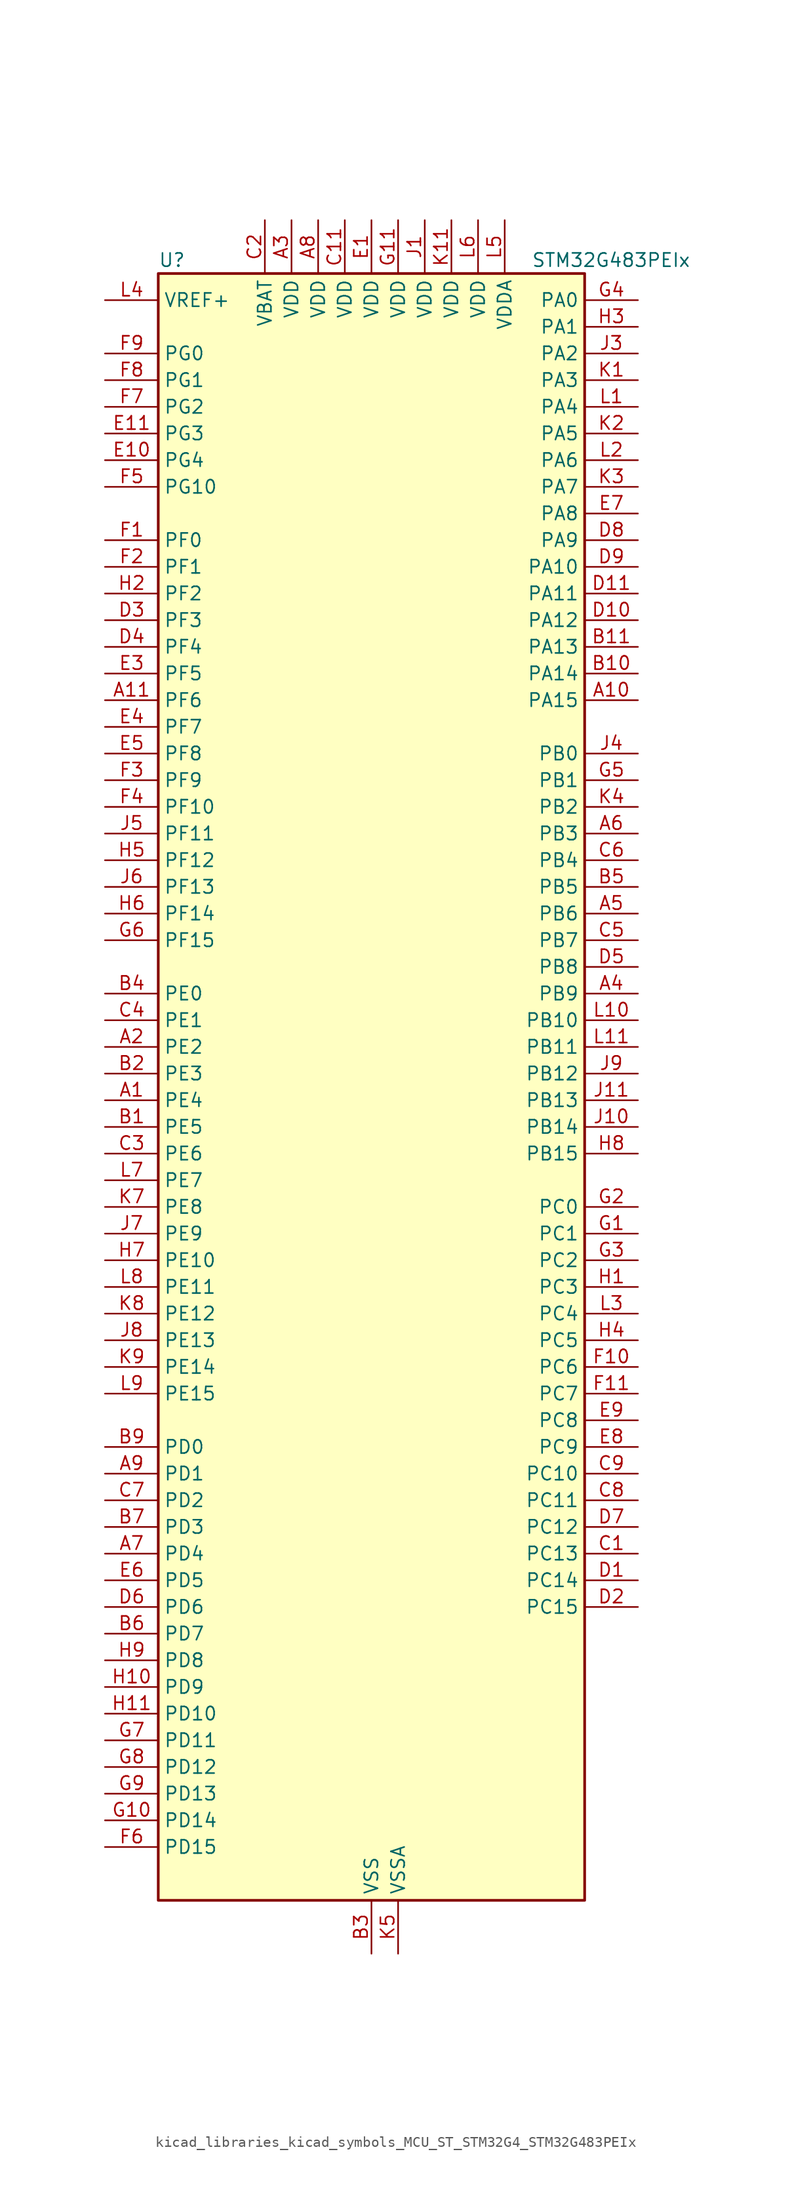
<source format=kicad_sym>
(kicad_symbol_lib
  (version 20220914)
  (generator kicad_symbol_editor)
  (symbol "kicad_libraries_kicad_symbols_MCU_ST_STM32G4_STM32G483PEIx"
    (property "Reference" "U"
      (at -20.32 80.01 0)
      (effects (font (size 1.27 1.27)) (justify left)))
    (property "Value" "STM32G483PEIx"
      (at 15.24 80.01 0)
      (effects (font (size 1.27 1.27)) (justify left)))
    (property "ki_locked" ""
      (at 0 0 0)
      (effects (font (size 1.27 1.27))))
    (symbol "kicad_libraries_kicad_symbols_MCU_ST_STM32G4_STM32G483PEIx_0_1"
      (rectangle (start -20.32 -76.2) (end 20.32 78.74) (stroke (width 0.254) (type default)) (fill (type background))))
    (symbol "kicad_libraries_kicad_symbols_MCU_ST_STM32G4_STM32G483PEIx_1_1"
      (pin bidirectional line (at -25.4 0 0) (length 5.08) (name "PE4" (effects (font (size 1.27 1.27)))) (number "A1" (effects (font (size 1.27 1.27)))) (alternate "FMC_A20" bidirectional line) (alternate "SAI1_D2" bidirectional line) (alternate "SAI1_FS_A" bidirectional line) (alternate "SPI4_NSS" bidirectional line) (alternate "SYS_TRACED1" bidirectional line) (alternate "TIM20_CH1N" bidirectional line) (alternate "TIM3_CH3" bidirectional line))
      (pin bidirectional line (at 25.4 38.1 180) (length 5.08) (name "PA15" (effects (font (size 1.27 1.27)))) (number "A10" (effects (font (size 1.27 1.27)))) (alternate "ADC1_EXTI15" bidirectional line) (alternate "ADC2_EXTI15" bidirectional line) (alternate "FDCAN3_TX" bidirectional line) (alternate "I2C1_SCL" bidirectional line) (alternate "I2S3_WS" bidirectional line) (alternate "SPI1_NSS" bidirectional line) (alternate "SPI3_NSS" bidirectional line) (alternate "SYS_JTDI" bidirectional line) (alternate "TIM1_BKIN" bidirectional line) (alternate "TIM2_CH1" bidirectional line) (alternate "TIM2_ETR" bidirectional line) (alternate "TIM8_CH1" bidirectional line) (alternate "UART4_DE" bidirectional line) (alternate "UART4_RTS" bidirectional line) (alternate "USART2_RX" bidirectional line))
      (pin bidirectional line (at -25.4 38.1 0) (length 5.08) (name "PF6" (effects (font (size 1.27 1.27)))) (number "A11" (effects (font (size 1.27 1.27)))) (alternate "I2C2_SCL" bidirectional line) (alternate "QUADSPI1_BK1_IO3" bidirectional line) (alternate "SAI1_SD_B" bidirectional line) (alternate "TIM4_CH4" bidirectional line) (alternate "TIM5_CH1" bidirectional line) (alternate "TIM5_ETR" bidirectional line) (alternate "USART3_RTS" bidirectional line))
      (pin bidirectional line (at -25.4 5.08 0) (length 5.08) (name "PE2" (effects (font (size 1.27 1.27)))) (number "A2" (effects (font (size 1.27 1.27)))) (alternate "ADC3_EXTI2" bidirectional line) (alternate "ADC4_EXTI2" bidirectional line) (alternate "ADC5_EXTI2" bidirectional line) (alternate "FMC_A23" bidirectional line) (alternate "SAI1_CK1" bidirectional line) (alternate "SAI1_MCLK_A" bidirectional line) (alternate "SPI4_SCK" bidirectional line) (alternate "SYS_TRACECLK" bidirectional line) (alternate "TIM20_CH1" bidirectional line) (alternate "TIM3_CH1" bidirectional line))
      (pin power_in line (at -7.62 83.82 270) (length 5.08) (name "VDD" (effects (font (size 1.27 1.27)))) (number "A3" (effects (font (size 1.27 1.27)))))
      (pin bidirectional line (at 25.4 10.16 180) (length 5.08) (name "PB9" (effects (font (size 1.27 1.27)))) (number "A4" (effects (font (size 1.27 1.27)))) (alternate "COMP2_OUT" bidirectional line) (alternate "DAC1_EXTI9" bidirectional line) (alternate "DAC2_EXTI9" bidirectional line) (alternate "DAC3_EXTI9" bidirectional line) (alternate "DAC4_EXTI9" bidirectional line) (alternate "FDCAN1_TX" bidirectional line) (alternate "I2C1_SDA" bidirectional line) (alternate "IR_OUT" bidirectional line) (alternate "SAI1_D2" bidirectional line) (alternate "SAI1_FS_A" bidirectional line) (alternate "TIM17_CH1" bidirectional line) (alternate "TIM1_CH3N" bidirectional line) (alternate "TIM4_CH4" bidirectional line) (alternate "TIM8_CH3" bidirectional line) (alternate "USART3_TX" bidirectional line))
      (pin bidirectional line (at 25.4 17.78 180) (length 5.08) (name "PB6" (effects (font (size 1.27 1.27)))) (number "A5" (effects (font (size 1.27 1.27)))) (alternate "COMP4_OUT" bidirectional line) (alternate "FDCAN2_TX" bidirectional line) (alternate "LPTIM1_ETR" bidirectional line) (alternate "SAI1_FS_B" bidirectional line) (alternate "TIM16_CH1N" bidirectional line) (alternate "TIM4_CH1" bidirectional line) (alternate "TIM8_BKIN2" bidirectional line) (alternate "TIM8_CH1" bidirectional line) (alternate "TIM8_ETR" bidirectional line) (alternate "UCPD1_CC1" bidirectional line) (alternate "USART1_TX" bidirectional line))
      (pin bidirectional line (at 25.4 25.4 180) (length 5.08) (name "PB3" (effects (font (size 1.27 1.27)))) (number "A6" (effects (font (size 1.27 1.27)))) (alternate "ADC3_EXTI3" bidirectional line) (alternate "ADC4_EXTI3" bidirectional line) (alternate "ADC5_EXTI3" bidirectional line) (alternate "CRS_SYNC" bidirectional line) (alternate "FDCAN3_RX" bidirectional line) (alternate "I2S3_CK" bidirectional line) (alternate "SAI1_SCK_B" bidirectional line) (alternate "SPI1_SCK" bidirectional line) (alternate "SPI3_SCK" bidirectional line) (alternate "SYS_JTDO-SWO" bidirectional line) (alternate "TIM2_CH2" bidirectional line) (alternate "TIM3_ETR" bidirectional line) (alternate "TIM4_ETR" bidirectional line) (alternate "TIM8_CH1N" bidirectional line) (alternate "USART2_TX" bidirectional line))
      (pin bidirectional line (at -25.4 -43.18 0) (length 5.08) (name "PD4" (effects (font (size 1.27 1.27)))) (number "A7" (effects (font (size 1.27 1.27)))) (alternate "FMC_NOE" bidirectional line) (alternate "QUADSPI1_BK2_IO0" bidirectional line) (alternate "TIM2_CH2" bidirectional line) (alternate "USART2_DE" bidirectional line) (alternate "USART2_RTS" bidirectional line))
      (pin power_in line (at -5.08 83.82 270) (length 5.08) (name "VDD" (effects (font (size 1.27 1.27)))) (number "A8" (effects (font (size 1.27 1.27)))))
      (pin bidirectional line (at -25.4 -35.56 0) (length 5.08) (name "PD1" (effects (font (size 1.27 1.27)))) (number "A9" (effects (font (size 1.27 1.27)))) (alternate "FDCAN1_TX" bidirectional line) (alternate "FMC_D3" bidirectional line) (alternate "FMC_DA3" bidirectional line) (alternate "TIM8_BKIN2" bidirectional line) (alternate "TIM8_CH4" bidirectional line))
      (pin bidirectional line (at -25.4 -2.54 0) (length 5.08) (name "PE5" (effects (font (size 1.27 1.27)))) (number "B1" (effects (font (size 1.27 1.27)))) (alternate "FMC_A21" bidirectional line) (alternate "SAI1_CK2" bidirectional line) (alternate "SAI1_SCK_A" bidirectional line) (alternate "SPI4_MISO" bidirectional line) (alternate "SYS_TRACED2" bidirectional line) (alternate "TIM20_CH2N" bidirectional line) (alternate "TIM3_CH4" bidirectional line))
      (pin bidirectional line (at 25.4 40.64 180) (length 5.08) (name "PA14" (effects (font (size 1.27 1.27)))) (number "B10" (effects (font (size 1.27 1.27)))) (alternate "I2C1_SDA" bidirectional line) (alternate "I2C4_SMBA" bidirectional line) (alternate "LPTIM1_OUT" bidirectional line) (alternate "SAI1_FS_B" bidirectional line) (alternate "SYS_JTCK-SWCLK" bidirectional line) (alternate "TIM1_BKIN" bidirectional line) (alternate "TIM8_CH2" bidirectional line) (alternate "USART2_TX" bidirectional line))
      (pin bidirectional line (at 25.4 43.18 180) (length 5.08) (name "PA13" (effects (font (size 1.27 1.27)))) (number "B11" (effects (font (size 1.27 1.27)))) (alternate "I2C1_SCL" bidirectional line) (alternate "I2C4_SCL" bidirectional line) (alternate "IR_OUT" bidirectional line) (alternate "SAI1_SD_B" bidirectional line) (alternate "SYS_JTMS-SWDIO" bidirectional line) (alternate "TIM16_CH1N" bidirectional line) (alternate "TIM4_CH3" bidirectional line) (alternate "USART3_CTS" bidirectional line) (alternate "USART3_NSS" bidirectional line))
      (pin bidirectional line (at -25.4 2.54 0) (length 5.08) (name "PE3" (effects (font (size 1.27 1.27)))) (number "B2" (effects (font (size 1.27 1.27)))) (alternate "ADC3_EXTI3" bidirectional line) (alternate "ADC4_EXTI3" bidirectional line) (alternate "ADC5_EXTI3" bidirectional line) (alternate "FMC_A19" bidirectional line) (alternate "SAI1_SD_B" bidirectional line) (alternate "SPI4_NSS" bidirectional line) (alternate "SYS_TRACED0" bidirectional line) (alternate "TIM20_CH2" bidirectional line) (alternate "TIM3_CH2" bidirectional line))
      (pin power_in line (at 0 -81.28 90) (length 5.08) (name "VSS" (effects (font (size 1.27 1.27)))) (number "B3" (effects (font (size 1.27 1.27)))))
      (pin bidirectional line (at -25.4 10.16 0) (length 5.08) (name "PE0" (effects (font (size 1.27 1.27)))) (number "B4" (effects (font (size 1.27 1.27)))) (alternate "FMC_NBL0" bidirectional line) (alternate "TIM16_CH1" bidirectional line) (alternate "TIM20_CH4N" bidirectional line) (alternate "TIM20_ETR" bidirectional line) (alternate "TIM4_ETR" bidirectional line) (alternate "USART1_TX" bidirectional line))
      (pin bidirectional line (at 25.4 20.32 180) (length 5.08) (name "PB5" (effects (font (size 1.27 1.27)))) (number "B5" (effects (font (size 1.27 1.27)))) (alternate "FDCAN2_RX" bidirectional line) (alternate "I2C1_SMBA" bidirectional line) (alternate "I2C3_SDA" bidirectional line) (alternate "I2S3_SD" bidirectional line) (alternate "LPTIM1_IN1" bidirectional line) (alternate "SAI1_SD_B" bidirectional line) (alternate "SPI1_MOSI" bidirectional line) (alternate "SPI3_MOSI" bidirectional line) (alternate "TIM16_BKIN" bidirectional line) (alternate "TIM17_CH1" bidirectional line) (alternate "TIM3_CH2" bidirectional line) (alternate "TIM8_CH3N" bidirectional line) (alternate "UART5_CTS" bidirectional line) (alternate "USART2_CK" bidirectional line))
      (pin bidirectional line (at -25.4 -50.8 0) (length 5.08) (name "PD7" (effects (font (size 1.27 1.27)))) (number "B6" (effects (font (size 1.27 1.27)))) (alternate "FMC_NCE" bidirectional line) (alternate "FMC_NE1" bidirectional line) (alternate "QUADSPI1_BK2_IO3" bidirectional line) (alternate "TIM2_CH3" bidirectional line) (alternate "USART2_CK" bidirectional line))
      (pin bidirectional line (at -25.4 -40.64 0) (length 5.08) (name "PD3" (effects (font (size 1.27 1.27)))) (number "B7" (effects (font (size 1.27 1.27)))) (alternate "ADC3_EXTI3" bidirectional line) (alternate "ADC4_EXTI3" bidirectional line) (alternate "ADC5_EXTI3" bidirectional line) (alternate "FMC_CLK" bidirectional line) (alternate "QUADSPI1_BK2_NCS" bidirectional line) (alternate "TIM2_CH1" bidirectional line) (alternate "TIM2_ETR" bidirectional line) (alternate "USART2_CTS" bidirectional line) (alternate "USART2_NSS" bidirectional line))
      (pin passive line (at 0 -81.28 90) (length 5.08) hide (name "VSS" (effects (font (size 1.27 1.27)))) (number "B8" (effects (font (size 1.27 1.27)))))
      (pin bidirectional line (at -25.4 -33.02 0) (length 5.08) (name "PD0" (effects (font (size 1.27 1.27)))) (number "B9" (effects (font (size 1.27 1.27)))) (alternate "FDCAN1_RX" bidirectional line) (alternate "FMC_D2" bidirectional line) (alternate "FMC_DA2" bidirectional line) (alternate "TIM8_CH4N" bidirectional line))
      (pin bidirectional line (at 25.4 -43.18 180) (length 5.08) (name "PC13" (effects (font (size 1.27 1.27)))) (number "C1" (effects (font (size 1.27 1.27)))) (alternate "RTC_OUT1" bidirectional line) (alternate "RTC_TAMP1" bidirectional line) (alternate "RTC_TS" bidirectional line) (alternate "SYS_WKUP2" bidirectional line) (alternate "TIM1_BKIN" bidirectional line) (alternate "TIM1_CH1N" bidirectional line) (alternate "TIM8_CH4N" bidirectional line))
      (pin passive line (at 0 -81.28 90) (length 5.08) hide (name "VSS" (effects (font (size 1.27 1.27)))) (number "C10" (effects (font (size 1.27 1.27)))))
      (pin power_in line (at -2.54 83.82 270) (length 5.08) (name "VDD" (effects (font (size 1.27 1.27)))) (number "C11" (effects (font (size 1.27 1.27)))))
      (pin power_in line (at -10.16 83.82 270) (length 5.08) (name "VBAT" (effects (font (size 1.27 1.27)))) (number "C2" (effects (font (size 1.27 1.27)))))
      (pin bidirectional line (at -25.4 -5.08 0) (length 5.08) (name "PE6" (effects (font (size 1.27 1.27)))) (number "C3" (effects (font (size 1.27 1.27)))) (alternate "FMC_A22" bidirectional line) (alternate "RTC_TAMP3" bidirectional line) (alternate "SAI1_D1" bidirectional line) (alternate "SAI1_SD_A" bidirectional line) (alternate "SPI4_MOSI" bidirectional line) (alternate "SYS_TRACED3" bidirectional line) (alternate "SYS_WKUP3" bidirectional line) (alternate "TIM20_CH3N" bidirectional line))
      (pin bidirectional line (at -25.4 7.62 0) (length 5.08) (name "PE1" (effects (font (size 1.27 1.27)))) (number "C4" (effects (font (size 1.27 1.27)))) (alternate "FMC_NBL1" bidirectional line) (alternate "TIM17_CH1" bidirectional line) (alternate "TIM20_CH4" bidirectional line) (alternate "USART1_RX" bidirectional line))
      (pin bidirectional line (at 25.4 15.24 180) (length 5.08) (name "PB7" (effects (font (size 1.27 1.27)))) (number "C5" (effects (font (size 1.27 1.27)))) (alternate "COMP3_OUT" bidirectional line) (alternate "FMC_NL" bidirectional line) (alternate "I2C1_SDA" bidirectional line) (alternate "I2C4_SDA" bidirectional line) (alternate "LPTIM1_IN2" bidirectional line) (alternate "SYS_PVD_IN" bidirectional line) (alternate "TIM17_CH1N" bidirectional line) (alternate "TIM3_CH4" bidirectional line) (alternate "TIM4_CH2" bidirectional line) (alternate "TIM8_BKIN" bidirectional line) (alternate "UART4_CTS" bidirectional line) (alternate "USART1_RX" bidirectional line))
      (pin bidirectional line (at 25.4 22.86 180) (length 5.08) (name "PB4" (effects (font (size 1.27 1.27)))) (number "C6" (effects (font (size 1.27 1.27)))) (alternate "FDCAN3_TX" bidirectional line) (alternate "SAI1_MCLK_B" bidirectional line) (alternate "SPI1_MISO" bidirectional line) (alternate "SPI3_MISO" bidirectional line) (alternate "SYS_JTRST" bidirectional line) (alternate "TIM16_CH1" bidirectional line) (alternate "TIM17_BKIN" bidirectional line) (alternate "TIM3_CH1" bidirectional line) (alternate "TIM8_CH2N" bidirectional line) (alternate "UART5_DE" bidirectional line) (alternate "UART5_RTS" bidirectional line) (alternate "UCPD1_CC2" bidirectional line) (alternate "USART2_RX" bidirectional line))
      (pin bidirectional line (at -25.4 -38.1 0) (length 5.08) (name "PD2" (effects (font (size 1.27 1.27)))) (number "C7" (effects (font (size 1.27 1.27)))) (alternate "ADC3_EXTI2" bidirectional line) (alternate "ADC4_EXTI2" bidirectional line) (alternate "ADC5_EXTI2" bidirectional line) (alternate "TIM3_ETR" bidirectional line) (alternate "TIM8_BKIN" bidirectional line) (alternate "UART5_RX" bidirectional line))
      (pin bidirectional line (at 25.4 -38.1 180) (length 5.08) (name "PC11" (effects (font (size 1.27 1.27)))) (number "C8" (effects (font (size 1.27 1.27)))) (alternate "ADC1_EXTI11" bidirectional line) (alternate "ADC2_EXTI11" bidirectional line) (alternate "I2C3_SDA" bidirectional line) (alternate "SPI3_MISO" bidirectional line) (alternate "TIM8_CH2N" bidirectional line) (alternate "UART4_RX" bidirectional line) (alternate "USART3_RX" bidirectional line))
      (pin bidirectional line (at 25.4 -35.56 180) (length 5.08) (name "PC10" (effects (font (size 1.27 1.27)))) (number "C9" (effects (font (size 1.27 1.27)))) (alternate "DAC1_EXTI10" bidirectional line) (alternate "DAC2_EXTI10" bidirectional line) (alternate "DAC3_EXTI10" bidirectional line) (alternate "DAC4_EXTI10" bidirectional line) (alternate "I2S3_CK" bidirectional line) (alternate "SPI3_SCK" bidirectional line) (alternate "TIM8_CH1N" bidirectional line) (alternate "UART4_TX" bidirectional line) (alternate "USART3_TX" bidirectional line))
      (pin bidirectional line (at 25.4 -45.72 180) (length 5.08) (name "PC14" (effects (font (size 1.27 1.27)))) (number "D1" (effects (font (size 1.27 1.27)))) (alternate "RCC_OSC32_IN" bidirectional line))
      (pin bidirectional line (at 25.4 45.72 180) (length 5.08) (name "PA12" (effects (font (size 1.27 1.27)))) (number "D10" (effects (font (size 1.27 1.27)))) (alternate "COMP2_OUT" bidirectional line) (alternate "FDCAN1_TX" bidirectional line) (alternate "I2S_CKIN" bidirectional line) (alternate "TIM16_CH1" bidirectional line) (alternate "TIM1_CH2N" bidirectional line) (alternate "TIM1_ETR" bidirectional line) (alternate "TIM4_CH2" bidirectional line) (alternate "USART1_DE" bidirectional line) (alternate "USART1_RTS" bidirectional line) (alternate "USB_DP" bidirectional line))
      (pin bidirectional line (at 25.4 48.26 180) (length 5.08) (name "PA11" (effects (font (size 1.27 1.27)))) (number "D11" (effects (font (size 1.27 1.27)))) (alternate "ADC1_EXTI11" bidirectional line) (alternate "ADC2_EXTI11" bidirectional line) (alternate "COMP1_OUT" bidirectional line) (alternate "FDCAN1_RX" bidirectional line) (alternate "I2S2_SD" bidirectional line) (alternate "SPI2_MOSI" bidirectional line) (alternate "TIM1_BKIN2" bidirectional line) (alternate "TIM1_CH1N" bidirectional line) (alternate "TIM1_CH4" bidirectional line) (alternate "TIM4_CH1" bidirectional line) (alternate "USART1_CTS" bidirectional line) (alternate "USART1_NSS" bidirectional line) (alternate "USB_DM" bidirectional line))
      (pin bidirectional line (at 25.4 -48.26 180) (length 5.08) (name "PC15" (effects (font (size 1.27 1.27)))) (number "D2" (effects (font (size 1.27 1.27)))) (alternate "ADC1_EXTI15" bidirectional line) (alternate "ADC2_EXTI15" bidirectional line) (alternate "RCC_OSC32_OUT" bidirectional line))
      (pin bidirectional line (at -25.4 45.72 0) (length 5.08) (name "PF3" (effects (font (size 1.27 1.27)))) (number "D3" (effects (font (size 1.27 1.27)))) (alternate "ADC3_EXTI3" bidirectional line) (alternate "ADC4_EXTI3" bidirectional line) (alternate "ADC5_EXTI3" bidirectional line) (alternate "FMC_A3" bidirectional line) (alternate "I2C3_SCL" bidirectional line) (alternate "TIM20_CH4" bidirectional line))
      (pin bidirectional line (at -25.4 43.18 0) (length 5.08) (name "PF4" (effects (font (size 1.27 1.27)))) (number "D4" (effects (font (size 1.27 1.27)))) (alternate "COMP1_OUT" bidirectional line) (alternate "FMC_A4" bidirectional line) (alternate "I2C3_SDA" bidirectional line) (alternate "TIM20_CH1N" bidirectional line))
      (pin bidirectional line (at 25.4 12.7 180) (length 5.08) (name "PB8" (effects (font (size 1.27 1.27)))) (number "D5" (effects (font (size 1.27 1.27)))) (alternate "COMP1_OUT" bidirectional line) (alternate "FDCAN1_RX" bidirectional line) (alternate "I2C1_SCL" bidirectional line) (alternate "SAI1_CK1" bidirectional line) (alternate "SAI1_MCLK_A" bidirectional line) (alternate "TIM16_CH1" bidirectional line) (alternate "TIM1_BKIN" bidirectional line) (alternate "TIM4_CH3" bidirectional line) (alternate "TIM8_CH2" bidirectional line) (alternate "USART3_RX" bidirectional line))
      (pin bidirectional line (at -25.4 -48.26 0) (length 5.08) (name "PD6" (effects (font (size 1.27 1.27)))) (number "D6" (effects (font (size 1.27 1.27)))) (alternate "FMC_NWAIT" bidirectional line) (alternate "QUADSPI1_BK2_IO2" bidirectional line) (alternate "SAI1_D1" bidirectional line) (alternate "SAI1_SD_A" bidirectional line) (alternate "TIM2_CH4" bidirectional line) (alternate "USART2_RX" bidirectional line))
      (pin bidirectional line (at 25.4 -40.64 180) (length 5.08) (name "PC12" (effects (font (size 1.27 1.27)))) (number "D7" (effects (font (size 1.27 1.27)))) (alternate "I2S3_SD" bidirectional line) (alternate "SPI3_MOSI" bidirectional line) (alternate "TIM5_CH2" bidirectional line) (alternate "TIM8_CH3N" bidirectional line) (alternate "UART5_TX" bidirectional line) (alternate "UCPD1_FRSTX1" bidirectional line) (alternate "UCPD1_FRSTX2" bidirectional line) (alternate "USART3_CK" bidirectional line))
      (pin bidirectional line (at 25.4 53.34 180) (length 5.08) (name "PA9" (effects (font (size 1.27 1.27)))) (number "D8" (effects (font (size 1.27 1.27)))) (alternate "ADC5_IN2" bidirectional line) (alternate "COMP5_OUT" bidirectional line) (alternate "DAC1_EXTI9" bidirectional line) (alternate "DAC2_EXTI9" bidirectional line) (alternate "DAC3_EXTI9" bidirectional line) (alternate "DAC4_EXTI9" bidirectional line) (alternate "I2C2_SCL" bidirectional line) (alternate "I2C3_SMBA" bidirectional line) (alternate "I2S3_MCK" bidirectional line) (alternate "SAI1_FS_A" bidirectional line) (alternate "TIM15_BKIN" bidirectional line) (alternate "TIM1_CH2" bidirectional line) (alternate "TIM2_CH3" bidirectional line) (alternate "UCPD1_DBCC1" bidirectional line) (alternate "USART1_TX" bidirectional line))
      (pin bidirectional line (at 25.4 50.8 180) (length 5.08) (name "PA10" (effects (font (size 1.27 1.27)))) (number "D9" (effects (font (size 1.27 1.27)))) (alternate "COMP6_OUT" bidirectional line) (alternate "CRS_SYNC" bidirectional line) (alternate "DAC1_EXTI10" bidirectional line) (alternate "DAC2_EXTI10" bidirectional line) (alternate "DAC3_EXTI10" bidirectional line) (alternate "DAC4_EXTI10" bidirectional line) (alternate "I2C2_SMBA" bidirectional line) (alternate "SAI1_D1" bidirectional line) (alternate "SAI1_SD_A" bidirectional line) (alternate "SPI2_MISO" bidirectional line) (alternate "TIM17_BKIN" bidirectional line) (alternate "TIM1_CH3" bidirectional line) (alternate "TIM2_CH4" bidirectional line) (alternate "TIM8_BKIN" bidirectional line) (alternate "UCPD1_DBCC2" bidirectional line) (alternate "USART1_RX" bidirectional line))
      (pin power_in line (at 0 83.82 270) (length 5.08) (name "VDD" (effects (font (size 1.27 1.27)))) (number "E1" (effects (font (size 1.27 1.27)))))
      (pin bidirectional line (at -25.4 60.96 0) (length 5.08) (name "PG4" (effects (font (size 1.27 1.27)))) (number "E10" (effects (font (size 1.27 1.27)))) (alternate "FMC_A14" bidirectional line) (alternate "I2C4_SDA" bidirectional line) (alternate "SPI1_MOSI" bidirectional line) (alternate "TIM20_BKIN2" bidirectional line))
      (pin bidirectional line (at -25.4 63.5 0) (length 5.08) (name "PG3" (effects (font (size 1.27 1.27)))) (number "E11" (effects (font (size 1.27 1.27)))) (alternate "ADC3_EXTI3" bidirectional line) (alternate "ADC4_EXTI3" bidirectional line) (alternate "ADC5_EXTI3" bidirectional line) (alternate "FMC_A13" bidirectional line) (alternate "I2C4_SCL" bidirectional line) (alternate "SPI1_MISO" bidirectional line) (alternate "TIM20_BKIN" bidirectional line) (alternate "TIM20_CH4N" bidirectional line))
      (pin passive line (at 0 -81.28 90) (length 5.08) hide (name "VSS" (effects (font (size 1.27 1.27)))) (number "E2" (effects (font (size 1.27 1.27)))))
      (pin bidirectional line (at -25.4 40.64 0) (length 5.08) (name "PF5" (effects (font (size 1.27 1.27)))) (number "E3" (effects (font (size 1.27 1.27)))) (alternate "FMC_A5" bidirectional line) (alternate "TIM20_CH2N" bidirectional line))
      (pin bidirectional line (at -25.4 35.56 0) (length 5.08) (name "PF7" (effects (font (size 1.27 1.27)))) (number "E4" (effects (font (size 1.27 1.27)))) (alternate "FMC_A1" bidirectional line) (alternate "QUADSPI1_BK1_IO2" bidirectional line) (alternate "SAI1_MCLK_B" bidirectional line) (alternate "TIM20_BKIN" bidirectional line) (alternate "TIM5_CH2" bidirectional line))
      (pin bidirectional line (at -25.4 33.02 0) (length 5.08) (name "PF8" (effects (font (size 1.27 1.27)))) (number "E5" (effects (font (size 1.27 1.27)))) (alternate "FMC_A24" bidirectional line) (alternate "QUADSPI1_BK1_IO0" bidirectional line) (alternate "SAI1_SCK_B" bidirectional line) (alternate "TIM20_BKIN2" bidirectional line) (alternate "TIM5_CH3" bidirectional line))
      (pin bidirectional line (at -25.4 -45.72 0) (length 5.08) (name "PD5" (effects (font (size 1.27 1.27)))) (number "E6" (effects (font (size 1.27 1.27)))) (alternate "FMC_NWE" bidirectional line) (alternate "QUADSPI1_BK2_IO1" bidirectional line) (alternate "USART2_TX" bidirectional line))
      (pin bidirectional line (at 25.4 55.88 180) (length 5.08) (name "PA8" (effects (font (size 1.27 1.27)))) (number "E7" (effects (font (size 1.27 1.27)))) (alternate "ADC5_IN1" bidirectional line) (alternate "COMP7_OUT" bidirectional line) (alternate "FDCAN3_RX" bidirectional line) (alternate "I2C2_SDA" bidirectional line) (alternate "I2C3_SCL" bidirectional line) (alternate "I2S2_MCK" bidirectional line) (alternate "OPAMP5_VOUT" bidirectional line) (alternate "RCC_MCO" bidirectional line) (alternate "SAI1_CK2" bidirectional line) (alternate "SAI1_SCK_A" bidirectional line) (alternate "TIM1_CH1" bidirectional line) (alternate "TIM4_ETR" bidirectional line) (alternate "USART1_CK" bidirectional line))
      (pin bidirectional line (at 25.4 -33.02 180) (length 5.08) (name "PC9" (effects (font (size 1.27 1.27)))) (number "E8" (effects (font (size 1.27 1.27)))) (alternate "DAC1_EXTI9" bidirectional line) (alternate "DAC2_EXTI9" bidirectional line) (alternate "DAC3_EXTI9" bidirectional line) (alternate "DAC4_EXTI9" bidirectional line) (alternate "I2C3_SDA" bidirectional line) (alternate "I2S_CKIN" bidirectional line) (alternate "TIM3_CH4" bidirectional line) (alternate "TIM8_BKIN2" bidirectional line) (alternate "TIM8_CH4" bidirectional line))
      (pin bidirectional line (at 25.4 -30.48 180) (length 5.08) (name "PC8" (effects (font (size 1.27 1.27)))) (number "E9" (effects (font (size 1.27 1.27)))) (alternate "COMP7_OUT" bidirectional line) (alternate "I2C3_SCL" bidirectional line) (alternate "TIM20_CH3" bidirectional line) (alternate "TIM3_CH3" bidirectional line) (alternate "TIM8_CH3" bidirectional line))
      (pin bidirectional line (at -25.4 53.34 0) (length 5.08) (name "PF0" (effects (font (size 1.27 1.27)))) (number "F1" (effects (font (size 1.27 1.27)))) (alternate "ADC1_IN10" bidirectional line) (alternate "I2C2_SDA" bidirectional line) (alternate "I2S2_WS" bidirectional line) (alternate "RCC_OSC_IN" bidirectional line) (alternate "SPI2_NSS" bidirectional line) (alternate "TIM1_CH3N" bidirectional line))
      (pin bidirectional line (at 25.4 -25.4 180) (length 5.08) (name "PC6" (effects (font (size 1.27 1.27)))) (number "F10" (effects (font (size 1.27 1.27)))) (alternate "COMP6_OUT" bidirectional line) (alternate "I2C4_SCL" bidirectional line) (alternate "I2S2_MCK" bidirectional line) (alternate "TIM3_CH1" bidirectional line) (alternate "TIM8_CH1" bidirectional line))
      (pin bidirectional line (at 25.4 -27.94 180) (length 5.08) (name "PC7" (effects (font (size 1.27 1.27)))) (number "F11" (effects (font (size 1.27 1.27)))) (alternate "COMP5_OUT" bidirectional line) (alternate "I2C4_SDA" bidirectional line) (alternate "I2S3_MCK" bidirectional line) (alternate "TIM3_CH2" bidirectional line) (alternate "TIM8_CH2" bidirectional line))
      (pin bidirectional line (at -25.4 50.8 0) (length 5.08) (name "PF1" (effects (font (size 1.27 1.27)))) (number "F2" (effects (font (size 1.27 1.27)))) (alternate "ADC2_IN10" bidirectional line) (alternate "COMP3_INM" bidirectional line) (alternate "I2S2_CK" bidirectional line) (alternate "RCC_OSC_OUT" bidirectional line) (alternate "SPI2_SCK" bidirectional line))
      (pin bidirectional line (at -25.4 30.48 0) (length 5.08) (name "PF9" (effects (font (size 1.27 1.27)))) (number "F3" (effects (font (size 1.27 1.27)))) (alternate "DAC1_EXTI9" bidirectional line) (alternate "DAC2_EXTI9" bidirectional line) (alternate "DAC3_EXTI9" bidirectional line) (alternate "DAC4_EXTI9" bidirectional line) (alternate "FMC_A25" bidirectional line) (alternate "QUADSPI1_BK1_IO1" bidirectional line) (alternate "SAI1_FS_B" bidirectional line) (alternate "SPI2_SCK" bidirectional line) (alternate "TIM15_CH1" bidirectional line) (alternate "TIM20_BKIN" bidirectional line) (alternate "TIM5_CH4" bidirectional line))
      (pin bidirectional line (at -25.4 27.94 0) (length 5.08) (name "PF10" (effects (font (size 1.27 1.27)))) (number "F4" (effects (font (size 1.27 1.27)))) (alternate "DAC1_EXTI10" bidirectional line) (alternate "DAC2_EXTI10" bidirectional line) (alternate "DAC3_EXTI10" bidirectional line) (alternate "DAC4_EXTI10" bidirectional line) (alternate "FMC_A0" bidirectional line) (alternate "QUADSPI1_CLK" bidirectional line) (alternate "SAI1_D3" bidirectional line) (alternate "SPI2_SCK" bidirectional line) (alternate "TIM15_CH2" bidirectional line) (alternate "TIM20_BKIN2" bidirectional line))
      (pin bidirectional line (at -25.4 58.42 0) (length 5.08) (name "PG10" (effects (font (size 1.27 1.27)))) (number "F5" (effects (font (size 1.27 1.27)))) (alternate "DAC1_EXTI10" bidirectional line) (alternate "DAC2_EXTI10" bidirectional line) (alternate "DAC3_EXTI10" bidirectional line) (alternate "DAC4_EXTI10" bidirectional line) (alternate "RCC_MCO" bidirectional line))
      (pin bidirectional line (at -25.4 -71.12 0) (length 5.08) (name "PD15" (effects (font (size 1.27 1.27)))) (number "F6" (effects (font (size 1.27 1.27)))) (alternate "ADC1_EXTI15" bidirectional line) (alternate "ADC2_EXTI15" bidirectional line) (alternate "COMP7_INM" bidirectional line) (alternate "FMC_D1" bidirectional line) (alternate "FMC_DA1" bidirectional line) (alternate "SPI2_NSS" bidirectional line) (alternate "TIM4_CH4" bidirectional line))
      (pin bidirectional line (at -25.4 66.04 0) (length 5.08) (name "PG2" (effects (font (size 1.27 1.27)))) (number "F7" (effects (font (size 1.27 1.27)))) (alternate "ADC3_EXTI2" bidirectional line) (alternate "ADC4_EXTI2" bidirectional line) (alternate "ADC5_EXTI2" bidirectional line) (alternate "FMC_A12" bidirectional line) (alternate "SPI1_SCK" bidirectional line) (alternate "TIM20_CH3N" bidirectional line))
      (pin bidirectional line (at -25.4 68.58 0) (length 5.08) (name "PG1" (effects (font (size 1.27 1.27)))) (number "F8" (effects (font (size 1.27 1.27)))) (alternate "FMC_A11" bidirectional line) (alternate "TIM20_CH2N" bidirectional line))
      (pin bidirectional line (at -25.4 71.12 0) (length 5.08) (name "PG0" (effects (font (size 1.27 1.27)))) (number "F9" (effects (font (size 1.27 1.27)))) (alternate "FMC_A10" bidirectional line) (alternate "TIM20_CH1N" bidirectional line))
      (pin bidirectional line (at 25.4 -12.7 180) (length 5.08) (name "PC1" (effects (font (size 1.27 1.27)))) (number "G1" (effects (font (size 1.27 1.27)))) (alternate "ADC1_IN7" bidirectional line) (alternate "ADC2_IN7" bidirectional line) (alternate "COMP3_INP" bidirectional line) (alternate "LPTIM1_OUT" bidirectional line) (alternate "LPUART1_TX" bidirectional line) (alternate "QUADSPI1_BK2_IO0" bidirectional line) (alternate "SAI1_SD_A" bidirectional line) (alternate "TIM1_CH2" bidirectional line))
      (pin bidirectional line (at -25.4 -68.58 0) (length 5.08) (name "PD14" (effects (font (size 1.27 1.27)))) (number "G10" (effects (font (size 1.27 1.27)))) (alternate "ADC3_IN11" bidirectional line) (alternate "ADC4_IN11" bidirectional line) (alternate "ADC5_IN11" bidirectional line) (alternate "COMP7_INP" bidirectional line) (alternate "FMC_D0" bidirectional line) (alternate "FMC_DA0" bidirectional line) (alternate "OPAMP2_VINP" bidirectional line) (alternate "OPAMP2_VINP_SEC" bidirectional line) (alternate "TIM4_CH3" bidirectional line))
      (pin power_in line (at 2.54 83.82 270) (length 5.08) (name "VDD" (effects (font (size 1.27 1.27)))) (number "G11" (effects (font (size 1.27 1.27)))))
      (pin bidirectional line (at 25.4 -10.16 180) (length 5.08) (name "PC0" (effects (font (size 1.27 1.27)))) (number "G2" (effects (font (size 1.27 1.27)))) (alternate "ADC1_IN6" bidirectional line) (alternate "ADC2_IN6" bidirectional line) (alternate "COMP3_INM" bidirectional line) (alternate "LPTIM1_IN1" bidirectional line) (alternate "LPUART1_RX" bidirectional line) (alternate "TIM1_CH1" bidirectional line))
      (pin bidirectional line (at 25.4 -15.24 180) (length 5.08) (name "PC2" (effects (font (size 1.27 1.27)))) (number "G3" (effects (font (size 1.27 1.27)))) (alternate "ADC1_IN8" bidirectional line) (alternate "ADC2_IN8" bidirectional line) (alternate "ADC3_EXTI2" bidirectional line) (alternate "ADC4_EXTI2" bidirectional line) (alternate "ADC5_EXTI2" bidirectional line) (alternate "COMP3_OUT" bidirectional line) (alternate "LPTIM1_IN2" bidirectional line) (alternate "QUADSPI1_BK2_IO1" bidirectional line) (alternate "TIM1_CH3" bidirectional line) (alternate "TIM20_CH2" bidirectional line))
      (pin bidirectional line (at 25.4 76.2 180) (length 5.08) (name "PA0" (effects (font (size 1.27 1.27)))) (number "G4" (effects (font (size 1.27 1.27)))) (alternate "ADC1_IN1" bidirectional line) (alternate "ADC2_IN1" bidirectional line) (alternate "COMP1_INM" bidirectional line) (alternate "COMP1_OUT" bidirectional line) (alternate "COMP3_INP" bidirectional line) (alternate "RTC_TAMP2" bidirectional line) (alternate "SYS_WKUP1" bidirectional line) (alternate "TIM2_CH1" bidirectional line) (alternate "TIM2_ETR" bidirectional line) (alternate "TIM5_CH1" bidirectional line) (alternate "TIM8_BKIN" bidirectional line) (alternate "TIM8_ETR" bidirectional line) (alternate "USART2_CTS" bidirectional line) (alternate "USART2_NSS" bidirectional line))
      (pin bidirectional line (at 25.4 30.48 180) (length 5.08) (name "PB1" (effects (font (size 1.27 1.27)))) (number "G5" (effects (font (size 1.27 1.27)))) (alternate "ADC1_IN12" bidirectional line) (alternate "ADC3_IN1" bidirectional line) (alternate "COMP1_INP" bidirectional line) (alternate "COMP4_OUT" bidirectional line) (alternate "LPUART1_DE" bidirectional line) (alternate "LPUART1_RTS" bidirectional line) (alternate "OPAMP3_VOUT" bidirectional line) (alternate "OPAMP6_VINM" bidirectional line) (alternate "OPAMP6_VINM1" bidirectional line) (alternate "OPAMP6_VINM_SEC" bidirectional line) (alternate "QUADSPI1_BK1_IO0" bidirectional line) (alternate "TIM1_CH3N" bidirectional line) (alternate "TIM3_CH4" bidirectional line) (alternate "TIM8_CH3N" bidirectional line))
      (pin bidirectional line (at -25.4 15.24 0) (length 5.08) (name "PF15" (effects (font (size 1.27 1.27)))) (number "G6" (effects (font (size 1.27 1.27)))) (alternate "ADC1_EXTI15" bidirectional line) (alternate "ADC2_EXTI15" bidirectional line) (alternate "FMC_A9" bidirectional line) (alternate "I2C4_SDA" bidirectional line) (alternate "TIM20_CH4" bidirectional line))
      (pin bidirectional line (at -25.4 -60.96 0) (length 5.08) (name "PD11" (effects (font (size 1.27 1.27)))) (number "G7" (effects (font (size 1.27 1.27)))) (alternate "ADC1_EXTI11" bidirectional line) (alternate "ADC2_EXTI11" bidirectional line) (alternate "ADC3_IN8" bidirectional line) (alternate "ADC4_IN8" bidirectional line) (alternate "ADC5_IN8" bidirectional line) (alternate "COMP6_INP" bidirectional line) (alternate "FMC_A16" bidirectional line) (alternate "FMC_CLE" bidirectional line) (alternate "I2C4_SMBA" bidirectional line) (alternate "OPAMP4_VINP" bidirectional line) (alternate "OPAMP4_VINP_SEC" bidirectional line) (alternate "TIM5_ETR" bidirectional line) (alternate "USART3_CTS" bidirectional line) (alternate "USART3_NSS" bidirectional line))
      (pin bidirectional line (at -25.4 -63.5 0) (length 5.08) (name "PD12" (effects (font (size 1.27 1.27)))) (number "G8" (effects (font (size 1.27 1.27)))) (alternate "ADC3_IN9" bidirectional line) (alternate "ADC4_IN9" bidirectional line) (alternate "ADC5_IN9" bidirectional line) (alternate "COMP5_INP" bidirectional line) (alternate "FMC_A17" bidirectional line) (alternate "FMC_ALE" bidirectional line) (alternate "OPAMP5_VINP" bidirectional line) (alternate "OPAMP5_VINP_SEC" bidirectional line) (alternate "TIM4_CH1" bidirectional line) (alternate "USART3_DE" bidirectional line) (alternate "USART3_RTS" bidirectional line))
      (pin bidirectional line (at -25.4 -66.04 0) (length 5.08) (name "PD13" (effects (font (size 1.27 1.27)))) (number "G9" (effects (font (size 1.27 1.27)))) (alternate "ADC3_IN10" bidirectional line) (alternate "ADC4_IN10" bidirectional line) (alternate "ADC5_IN10" bidirectional line) (alternate "COMP5_INM" bidirectional line) (alternate "FMC_A18" bidirectional line) (alternate "TIM4_CH2" bidirectional line))
      (pin bidirectional line (at 25.4 -17.78 180) (length 5.08) (name "PC3" (effects (font (size 1.27 1.27)))) (number "H1" (effects (font (size 1.27 1.27)))) (alternate "ADC1_IN9" bidirectional line) (alternate "ADC2_IN9" bidirectional line) (alternate "ADC3_EXTI3" bidirectional line) (alternate "ADC4_EXTI3" bidirectional line) (alternate "ADC5_EXTI3" bidirectional line) (alternate "LPTIM1_ETR" bidirectional line) (alternate "OPAMP5_VINP" bidirectional line) (alternate "OPAMP5_VINP_SEC" bidirectional line) (alternate "QUADSPI1_BK2_IO2" bidirectional line) (alternate "SAI1_D1" bidirectional line) (alternate "SAI1_SD_A" bidirectional line) (alternate "TIM1_BKIN2" bidirectional line) (alternate "TIM1_CH4" bidirectional line))
      (pin bidirectional line (at -25.4 -55.88 0) (length 5.08) (name "PD9" (effects (font (size 1.27 1.27)))) (number "H10" (effects (font (size 1.27 1.27)))) (alternate "ADC4_IN13" bidirectional line) (alternate "ADC5_IN13" bidirectional line) (alternate "DAC1_EXTI9" bidirectional line) (alternate "DAC2_EXTI9" bidirectional line) (alternate "DAC3_EXTI9" bidirectional line) (alternate "DAC4_EXTI9" bidirectional line) (alternate "FMC_D14" bidirectional line) (alternate "FMC_DA14" bidirectional line) (alternate "OPAMP6_VINP" bidirectional line) (alternate "OPAMP6_VINP_SEC" bidirectional line) (alternate "USART3_RX" bidirectional line))
      (pin bidirectional line (at -25.4 -58.42 0) (length 5.08) (name "PD10" (effects (font (size 1.27 1.27)))) (number "H11" (effects (font (size 1.27 1.27)))) (alternate "ADC3_IN7" bidirectional line) (alternate "ADC4_IN7" bidirectional line) (alternate "ADC5_IN7" bidirectional line) (alternate "COMP6_INM" bidirectional line) (alternate "DAC1_EXTI10" bidirectional line) (alternate "DAC2_EXTI10" bidirectional line) (alternate "DAC3_EXTI10" bidirectional line) (alternate "DAC4_EXTI10" bidirectional line) (alternate "FMC_D15" bidirectional line) (alternate "FMC_DA15" bidirectional line) (alternate "USART3_CK" bidirectional line))
      (pin bidirectional line (at -25.4 48.26 0) (length 5.08) (name "PF2" (effects (font (size 1.27 1.27)))) (number "H2" (effects (font (size 1.27 1.27)))) (alternate "ADC3_EXTI2" bidirectional line) (alternate "ADC4_EXTI2" bidirectional line) (alternate "ADC5_EXTI2" bidirectional line) (alternate "FMC_A2" bidirectional line) (alternate "I2C2_SMBA" bidirectional line) (alternate "TIM20_CH3" bidirectional line))
      (pin bidirectional line (at 25.4 73.66 180) (length 5.08) (name "PA1" (effects (font (size 1.27 1.27)))) (number "H3" (effects (font (size 1.27 1.27)))) (alternate "ADC1_IN2" bidirectional line) (alternate "ADC2_IN2" bidirectional line) (alternate "COMP1_INP" bidirectional line) (alternate "OPAMP1_VINP" bidirectional line) (alternate "OPAMP1_VINP_SEC" bidirectional line) (alternate "OPAMP3_VINP" bidirectional line) (alternate "OPAMP3_VINP_SEC" bidirectional line) (alternate "OPAMP6_VINM" bidirectional line) (alternate "OPAMP6_VINM0" bidirectional line) (alternate "OPAMP6_VINM_SEC" bidirectional line) (alternate "RTC_REFIN" bidirectional line) (alternate "TIM15_CH1N" bidirectional line) (alternate "TIM2_CH2" bidirectional line) (alternate "TIM5_CH2" bidirectional line) (alternate "USART2_DE" bidirectional line) (alternate "USART2_RTS" bidirectional line))
      (pin bidirectional line (at 25.4 -22.86 180) (length 5.08) (name "PC5" (effects (font (size 1.27 1.27)))) (number "H4" (effects (font (size 1.27 1.27)))) (alternate "ADC2_IN11" bidirectional line) (alternate "OPAMP1_VINM" bidirectional line) (alternate "OPAMP1_VINM1" bidirectional line) (alternate "OPAMP1_VINM_SEC" bidirectional line) (alternate "OPAMP2_VINM" bidirectional line) (alternate "OPAMP2_VINM1" bidirectional line) (alternate "OPAMP2_VINM_SEC" bidirectional line) (alternate "SAI1_D3" bidirectional line) (alternate "SYS_WKUP5" bidirectional line) (alternate "TIM15_BKIN" bidirectional line) (alternate "TIM1_CH4N" bidirectional line) (alternate "USART1_RX" bidirectional line))
      (pin bidirectional line (at -25.4 22.86 0) (length 5.08) (name "PF12" (effects (font (size 1.27 1.27)))) (number "H5" (effects (font (size 1.27 1.27)))) (alternate "FMC_A6" bidirectional line) (alternate "TIM20_CH1" bidirectional line))
      (pin bidirectional line (at -25.4 17.78 0) (length 5.08) (name "PF14" (effects (font (size 1.27 1.27)))) (number "H6" (effects (font (size 1.27 1.27)))) (alternate "FMC_A8" bidirectional line) (alternate "I2C4_SCL" bidirectional line) (alternate "TIM20_CH3" bidirectional line))
      (pin bidirectional line (at -25.4 -15.24 0) (length 5.08) (name "PE10" (effects (font (size 1.27 1.27)))) (number "H7" (effects (font (size 1.27 1.27)))) (alternate "ADC3_IN14" bidirectional line) (alternate "ADC4_IN14" bidirectional line) (alternate "ADC5_IN14" bidirectional line) (alternate "DAC1_EXTI10" bidirectional line) (alternate "DAC2_EXTI10" bidirectional line) (alternate "DAC3_EXTI10" bidirectional line) (alternate "DAC4_EXTI10" bidirectional line) (alternate "FMC_D7" bidirectional line) (alternate "FMC_DA7" bidirectional line) (alternate "QUADSPI1_CLK" bidirectional line) (alternate "SAI1_MCLK_B" bidirectional line) (alternate "TIM1_CH2N" bidirectional line))
      (pin bidirectional line (at 25.4 -5.08 180) (length 5.08) (name "PB15" (effects (font (size 1.27 1.27)))) (number "H8" (effects (font (size 1.27 1.27)))) (alternate "ADC1_EXTI15" bidirectional line) (alternate "ADC2_EXTI15" bidirectional line) (alternate "ADC2_IN15" bidirectional line) (alternate "ADC4_IN5" bidirectional line) (alternate "COMP3_OUT" bidirectional line) (alternate "COMP6_INM" bidirectional line) (alternate "I2S2_SD" bidirectional line) (alternate "OPAMP5_VINM" bidirectional line) (alternate "OPAMP5_VINM0" bidirectional line) (alternate "OPAMP5_VINM_SEC" bidirectional line) (alternate "RTC_REFIN" bidirectional line) (alternate "SPI2_MOSI" bidirectional line) (alternate "TIM15_CH1N" bidirectional line) (alternate "TIM15_CH2" bidirectional line) (alternate "TIM1_CH3N" bidirectional line))
      (pin bidirectional line (at -25.4 -53.34 0) (length 5.08) (name "PD8" (effects (font (size 1.27 1.27)))) (number "H9" (effects (font (size 1.27 1.27)))) (alternate "ADC4_IN12" bidirectional line) (alternate "ADC5_IN12" bidirectional line) (alternate "FMC_D13" bidirectional line) (alternate "FMC_DA13" bidirectional line) (alternate "OPAMP4_VINM" bidirectional line) (alternate "OPAMP4_VINM1" bidirectional line) (alternate "OPAMP4_VINM_SEC" bidirectional line) (alternate "USART3_TX" bidirectional line))
      (pin power_in line (at 5.08 83.82 270) (length 5.08) (name "VDD" (effects (font (size 1.27 1.27)))) (number "J1" (effects (font (size 1.27 1.27)))))
      (pin bidirectional line (at 25.4 -2.54 180) (length 5.08) (name "PB14" (effects (font (size 1.27 1.27)))) (number "J10" (effects (font (size 1.27 1.27)))) (alternate "ADC1_IN5" bidirectional line) (alternate "ADC4_IN4" bidirectional line) (alternate "COMP4_OUT" bidirectional line) (alternate "COMP7_INP" bidirectional line) (alternate "OPAMP2_VINP" bidirectional line) (alternate "OPAMP2_VINP_SEC" bidirectional line) (alternate "OPAMP5_VINP" bidirectional line) (alternate "OPAMP5_VINP_SEC" bidirectional line) (alternate "SPI2_MISO" bidirectional line) (alternate "TIM15_CH1" bidirectional line) (alternate "TIM1_CH2N" bidirectional line) (alternate "USART3_DE" bidirectional line) (alternate "USART3_RTS" bidirectional line))
      (pin bidirectional line (at 25.4 0 180) (length 5.08) (name "PB13" (effects (font (size 1.27 1.27)))) (number "J11" (effects (font (size 1.27 1.27)))) (alternate "ADC3_IN5" bidirectional line) (alternate "COMP5_INP" bidirectional line) (alternate "FDCAN2_TX" bidirectional line) (alternate "I2S2_CK" bidirectional line) (alternate "LPUART1_CTS" bidirectional line) (alternate "OPAMP3_VINP" bidirectional line) (alternate "OPAMP3_VINP_SEC" bidirectional line) (alternate "OPAMP4_VINP" bidirectional line) (alternate "OPAMP4_VINP_SEC" bidirectional line) (alternate "OPAMP6_VINP" bidirectional line) (alternate "OPAMP6_VINP_SEC" bidirectional line) (alternate "SPI2_SCK" bidirectional line) (alternate "TIM1_CH1N" bidirectional line) (alternate "USART3_CTS" bidirectional line) (alternate "USART3_NSS" bidirectional line))
      (pin passive line (at 0 -81.28 90) (length 5.08) hide (name "VSS" (effects (font (size 1.27 1.27)))) (number "J2" (effects (font (size 1.27 1.27)))))
      (pin bidirectional line (at 25.4 71.12 180) (length 5.08) (name "PA2" (effects (font (size 1.27 1.27)))) (number "J3" (effects (font (size 1.27 1.27)))) (alternate "ADC1_IN3" bidirectional line) (alternate "ADC3_EXTI2" bidirectional line) (alternate "ADC4_EXTI2" bidirectional line) (alternate "ADC5_EXTI2" bidirectional line) (alternate "COMP2_INM" bidirectional line) (alternate "COMP2_OUT" bidirectional line) (alternate "LPUART1_TX" bidirectional line) (alternate "OPAMP1_VOUT" bidirectional line) (alternate "QUADSPI1_BK1_NCS" bidirectional line) (alternate "RCC_LSCO" bidirectional line) (alternate "SYS_WKUP4" bidirectional line) (alternate "TIM15_CH1" bidirectional line) (alternate "TIM2_CH3" bidirectional line) (alternate "TIM5_CH3" bidirectional line) (alternate "UCPD1_FRSTX1" bidirectional line) (alternate "UCPD1_FRSTX2" bidirectional line) (alternate "USART2_TX" bidirectional line))
      (pin bidirectional line (at 25.4 33.02 180) (length 5.08) (name "PB0" (effects (font (size 1.27 1.27)))) (number "J4" (effects (font (size 1.27 1.27)))) (alternate "ADC1_IN15" bidirectional line) (alternate "ADC3_IN12" bidirectional line) (alternate "COMP4_INP" bidirectional line) (alternate "OPAMP2_VINP" bidirectional line) (alternate "OPAMP2_VINP_SEC" bidirectional line) (alternate "OPAMP3_VINP" bidirectional line) (alternate "OPAMP3_VINP_SEC" bidirectional line) (alternate "QUADSPI1_BK1_IO1" bidirectional line) (alternate "TIM1_CH2N" bidirectional line) (alternate "TIM3_CH3" bidirectional line) (alternate "TIM8_CH2N" bidirectional line) (alternate "UCPD1_FRSTX1" bidirectional line) (alternate "UCPD1_FRSTX2" bidirectional line))
      (pin bidirectional line (at -25.4 25.4 0) (length 5.08) (name "PF11" (effects (font (size 1.27 1.27)))) (number "J5" (effects (font (size 1.27 1.27)))) (alternate "ADC1_EXTI11" bidirectional line) (alternate "ADC2_EXTI11" bidirectional line) (alternate "FMC_NE4" bidirectional line) (alternate "TIM20_ETR" bidirectional line))
      (pin bidirectional line (at -25.4 20.32 0) (length 5.08) (name "PF13" (effects (font (size 1.27 1.27)))) (number "J6" (effects (font (size 1.27 1.27)))) (alternate "FMC_A7" bidirectional line) (alternate "I2C4_SMBA" bidirectional line) (alternate "TIM20_CH2" bidirectional line))
      (pin bidirectional line (at -25.4 -12.7 0) (length 5.08) (name "PE9" (effects (font (size 1.27 1.27)))) (number "J7" (effects (font (size 1.27 1.27)))) (alternate "ADC3_IN2" bidirectional line) (alternate "DAC1_EXTI9" bidirectional line) (alternate "DAC2_EXTI9" bidirectional line) (alternate "DAC3_EXTI9" bidirectional line) (alternate "DAC4_EXTI9" bidirectional line) (alternate "FMC_D6" bidirectional line) (alternate "FMC_DA6" bidirectional line) (alternate "SAI1_FS_B" bidirectional line) (alternate "TIM1_CH1" bidirectional line) (alternate "TIM5_CH4" bidirectional line))
      (pin bidirectional line (at -25.4 -22.86 0) (length 5.08) (name "PE13" (effects (font (size 1.27 1.27)))) (number "J8" (effects (font (size 1.27 1.27)))) (alternate "ADC3_IN3" bidirectional line) (alternate "FMC_D10" bidirectional line) (alternate "FMC_DA10" bidirectional line) (alternate "QUADSPI1_BK1_IO1" bidirectional line) (alternate "SPI4_MISO" bidirectional line) (alternate "TIM1_CH3" bidirectional line))
      (pin bidirectional line (at 25.4 2.54 180) (length 5.08) (name "PB12" (effects (font (size 1.27 1.27)))) (number "J9" (effects (font (size 1.27 1.27)))) (alternate "ADC1_IN11" bidirectional line) (alternate "ADC4_IN3" bidirectional line) (alternate "COMP7_INM" bidirectional line) (alternate "FDCAN2_RX" bidirectional line) (alternate "I2C2_SMBA" bidirectional line) (alternate "I2S2_WS" bidirectional line) (alternate "LPUART1_DE" bidirectional line) (alternate "LPUART1_RTS" bidirectional line) (alternate "OPAMP4_VOUT" bidirectional line) (alternate "OPAMP6_VINP" bidirectional line) (alternate "OPAMP6_VINP_SEC" bidirectional line) (alternate "SPI2_NSS" bidirectional line) (alternate "TIM1_BKIN" bidirectional line) (alternate "TIM5_ETR" bidirectional line) (alternate "USART3_CK" bidirectional line))
      (pin bidirectional line (at 25.4 68.58 180) (length 5.08) (name "PA3" (effects (font (size 1.27 1.27)))) (number "K1" (effects (font (size 1.27 1.27)))) (alternate "ADC1_IN4" bidirectional line) (alternate "ADC3_EXTI3" bidirectional line) (alternate "ADC4_EXTI3" bidirectional line) (alternate "ADC5_EXTI3" bidirectional line) (alternate "COMP2_INP" bidirectional line) (alternate "LPUART1_RX" bidirectional line) (alternate "OPAMP1_VINM" bidirectional line) (alternate "OPAMP1_VINM0" bidirectional line) (alternate "OPAMP1_VINM_SEC" bidirectional line) (alternate "OPAMP1_VINP" bidirectional line) (alternate "OPAMP1_VINP_SEC" bidirectional line) (alternate "OPAMP5_VINM" bidirectional line) (alternate "OPAMP5_VINM1" bidirectional line) (alternate "OPAMP5_VINM_SEC" bidirectional line) (alternate "QUADSPI1_CLK" bidirectional line) (alternate "SAI1_CK1" bidirectional line) (alternate "SAI1_MCLK_A" bidirectional line) (alternate "TIM15_CH2" bidirectional line) (alternate "TIM2_CH4" bidirectional line) (alternate "TIM5_CH4" bidirectional line) (alternate "USART2_RX" bidirectional line))
      (pin passive line (at 0 -81.28 90) (length 5.08) hide (name "VSS" (effects (font (size 1.27 1.27)))) (number "K10" (effects (font (size 1.27 1.27)))))
      (pin power_in line (at 7.62 83.82 270) (length 5.08) (name "VDD" (effects (font (size 1.27 1.27)))) (number "K11" (effects (font (size 1.27 1.27)))))
      (pin bidirectional line (at 25.4 63.5 180) (length 5.08) (name "PA5" (effects (font (size 1.27 1.27)))) (number "K2" (effects (font (size 1.27 1.27)))) (alternate "ADC2_IN13" bidirectional line) (alternate "COMP2_INM" bidirectional line) (alternate "DAC1_OUT2" bidirectional line) (alternate "OPAMP2_VINM" bidirectional line) (alternate "OPAMP2_VINM0" bidirectional line) (alternate "OPAMP2_VINM_SEC" bidirectional line) (alternate "SPI1_SCK" bidirectional line) (alternate "TIM2_CH1" bidirectional line) (alternate "TIM2_ETR" bidirectional line) (alternate "UCPD1_FRSTX1" bidirectional line) (alternate "UCPD1_FRSTX2" bidirectional line))
      (pin bidirectional line (at 25.4 58.42 180) (length 5.08) (name "PA7" (effects (font (size 1.27 1.27)))) (number "K3" (effects (font (size 1.27 1.27)))) (alternate "ADC2_IN4" bidirectional line) (alternate "COMP2_INP" bidirectional line) (alternate "COMP2_OUT" bidirectional line) (alternate "OPAMP1_VINP" bidirectional line) (alternate "OPAMP1_VINP_SEC" bidirectional line) (alternate "OPAMP2_VINP" bidirectional line) (alternate "OPAMP2_VINP_SEC" bidirectional line) (alternate "QUADSPI1_BK1_IO2" bidirectional line) (alternate "SPI1_MOSI" bidirectional line) (alternate "TIM17_CH1" bidirectional line) (alternate "TIM1_CH1N" bidirectional line) (alternate "TIM3_CH2" bidirectional line) (alternate "TIM8_CH1N" bidirectional line) (alternate "UCPD1_FRSTX1" bidirectional line) (alternate "UCPD1_FRSTX2" bidirectional line))
      (pin bidirectional line (at 25.4 27.94 180) (length 5.08) (name "PB2" (effects (font (size 1.27 1.27)))) (number "K4" (effects (font (size 1.27 1.27)))) (alternate "ADC2_IN12" bidirectional line) (alternate "ADC3_EXTI2" bidirectional line) (alternate "ADC4_EXTI2" bidirectional line) (alternate "ADC5_EXTI2" bidirectional line) (alternate "COMP4_INM" bidirectional line) (alternate "I2C3_SMBA" bidirectional line) (alternate "LPTIM1_OUT" bidirectional line) (alternate "OPAMP3_VINM" bidirectional line) (alternate "OPAMP3_VINM0" bidirectional line) (alternate "OPAMP3_VINM_SEC" bidirectional line) (alternate "QUADSPI1_BK2_IO1" bidirectional line) (alternate "RTC_OUT2" bidirectional line) (alternate "TIM20_CH1" bidirectional line) (alternate "TIM5_CH1" bidirectional line))
      (pin power_in line (at 2.54 -81.28 90) (length 5.08) (name "VSSA" (effects (font (size 1.27 1.27)))) (number "K5" (effects (font (size 1.27 1.27)))))
      (pin passive line (at 0 -81.28 90) (length 5.08) hide (name "VSS" (effects (font (size 1.27 1.27)))) (number "K6" (effects (font (size 1.27 1.27)))))
      (pin bidirectional line (at -25.4 -10.16 0) (length 5.08) (name "PE8" (effects (font (size 1.27 1.27)))) (number "K7" (effects (font (size 1.27 1.27)))) (alternate "ADC3_IN6" bidirectional line) (alternate "ADC4_IN6" bidirectional line) (alternate "ADC5_IN6" bidirectional line) (alternate "COMP4_INM" bidirectional line) (alternate "FMC_D5" bidirectional line) (alternate "FMC_DA5" bidirectional line) (alternate "SAI1_SCK_B" bidirectional line) (alternate "TIM1_CH1N" bidirectional line) (alternate "TIM5_CH3" bidirectional line))
      (pin bidirectional line (at -25.4 -20.32 0) (length 5.08) (name "PE12" (effects (font (size 1.27 1.27)))) (number "K8" (effects (font (size 1.27 1.27)))) (alternate "ADC3_IN16" bidirectional line) (alternate "ADC4_IN16" bidirectional line) (alternate "ADC5_IN16" bidirectional line) (alternate "FMC_D9" bidirectional line) (alternate "FMC_DA9" bidirectional line) (alternate "QUADSPI1_BK1_IO0" bidirectional line) (alternate "SPI4_SCK" bidirectional line) (alternate "TIM1_CH3N" bidirectional line))
      (pin bidirectional line (at -25.4 -25.4 0) (length 5.08) (name "PE14" (effects (font (size 1.27 1.27)))) (number "K9" (effects (font (size 1.27 1.27)))) (alternate "ADC4_IN1" bidirectional line) (alternate "FMC_D11" bidirectional line) (alternate "FMC_DA11" bidirectional line) (alternate "QUADSPI1_BK1_IO2" bidirectional line) (alternate "SPI4_MOSI" bidirectional line) (alternate "TIM1_BKIN2" bidirectional line) (alternate "TIM1_CH4" bidirectional line))
      (pin bidirectional line (at 25.4 66.04 180) (length 5.08) (name "PA4" (effects (font (size 1.27 1.27)))) (number "L1" (effects (font (size 1.27 1.27)))) (alternate "ADC2_IN17" bidirectional line) (alternate "COMP1_INM" bidirectional line) (alternate "DAC1_OUT1" bidirectional line) (alternate "I2S3_WS" bidirectional line) (alternate "SAI1_FS_B" bidirectional line) (alternate "SPI1_NSS" bidirectional line) (alternate "SPI3_NSS" bidirectional line) (alternate "TIM3_CH2" bidirectional line) (alternate "USART2_CK" bidirectional line))
      (pin bidirectional line (at 25.4 7.62 180) (length 5.08) (name "PB10" (effects (font (size 1.27 1.27)))) (number "L10" (effects (font (size 1.27 1.27)))) (alternate "COMP5_INM" bidirectional line) (alternate "DAC1_EXTI10" bidirectional line) (alternate "DAC2_EXTI10" bidirectional line) (alternate "DAC3_EXTI10" bidirectional line) (alternate "DAC4_EXTI10" bidirectional line) (alternate "LPUART1_RX" bidirectional line) (alternate "OPAMP3_VINM" bidirectional line) (alternate "OPAMP3_VINM1" bidirectional line) (alternate "OPAMP3_VINM_SEC" bidirectional line) (alternate "OPAMP4_VINM" bidirectional line) (alternate "OPAMP4_VINM0" bidirectional line) (alternate "OPAMP4_VINM_SEC" bidirectional line) (alternate "QUADSPI1_CLK" bidirectional line) (alternate "SAI1_SCK_A" bidirectional line) (alternate "TIM1_BKIN" bidirectional line) (alternate "TIM2_CH3" bidirectional line) (alternate "USART3_TX" bidirectional line))
      (pin bidirectional line (at 25.4 5.08 180) (length 5.08) (name "PB11" (effects (font (size 1.27 1.27)))) (number "L11" (effects (font (size 1.27 1.27)))) (alternate "ADC1_EXTI11" bidirectional line) (alternate "ADC1_IN14" bidirectional line) (alternate "ADC2_EXTI11" bidirectional line) (alternate "ADC2_IN14" bidirectional line) (alternate "COMP6_INP" bidirectional line) (alternate "LPUART1_TX" bidirectional line) (alternate "OPAMP4_VINP" bidirectional line) (alternate "OPAMP4_VINP_SEC" bidirectional line) (alternate "OPAMP6_VOUT" bidirectional line) (alternate "QUADSPI1_BK1_NCS" bidirectional line) (alternate "TIM2_CH4" bidirectional line) (alternate "USART3_RX" bidirectional line))
      (pin bidirectional line (at 25.4 60.96 180) (length 5.08) (name "PA6" (effects (font (size 1.27 1.27)))) (number "L2" (effects (font (size 1.27 1.27)))) (alternate "ADC2_IN3" bidirectional line) (alternate "COMP1_OUT" bidirectional line) (alternate "DAC2_OUT1" bidirectional line) (alternate "LPUART1_CTS" bidirectional line) (alternate "OPAMP2_VOUT" bidirectional line) (alternate "QUADSPI1_BK1_IO3" bidirectional line) (alternate "SPI1_MISO" bidirectional line) (alternate "TIM16_CH1" bidirectional line) (alternate "TIM1_BKIN" bidirectional line) (alternate "TIM3_CH1" bidirectional line) (alternate "TIM8_BKIN" bidirectional line))
      (pin bidirectional line (at 25.4 -20.32 180) (length 5.08) (name "PC4" (effects (font (size 1.27 1.27)))) (number "L3" (effects (font (size 1.27 1.27)))) (alternate "ADC2_IN5" bidirectional line) (alternate "I2C2_SCL" bidirectional line) (alternate "QUADSPI1_BK2_IO3" bidirectional line) (alternate "TIM1_ETR" bidirectional line) (alternate "USART1_TX" bidirectional line))
      (pin input line (at -25.4 76.2 0) (length 5.08) (name "VREF+" (effects (font (size 1.27 1.27)))) (number "L4" (effects (font (size 1.27 1.27)))) (alternate "VREFBUF_OUT" bidirectional line))
      (pin power_in line (at 12.7 83.82 270) (length 5.08) (name "VDDA" (effects (font (size 1.27 1.27)))) (number "L5" (effects (font (size 1.27 1.27)))))
      (pin power_in line (at 10.16 83.82 270) (length 5.08) (name "VDD" (effects (font (size 1.27 1.27)))) (number "L6" (effects (font (size 1.27 1.27)))))
      (pin bidirectional line (at -25.4 -7.62 0) (length 5.08) (name "PE7" (effects (font (size 1.27 1.27)))) (number "L7" (effects (font (size 1.27 1.27)))) (alternate "ADC3_IN4" bidirectional line) (alternate "COMP4_INP" bidirectional line) (alternate "FMC_D4" bidirectional line) (alternate "FMC_DA4" bidirectional line) (alternate "SAI1_SD_B" bidirectional line) (alternate "TIM1_ETR" bidirectional line))
      (pin bidirectional line (at -25.4 -17.78 0) (length 5.08) (name "PE11" (effects (font (size 1.27 1.27)))) (number "L8" (effects (font (size 1.27 1.27)))) (alternate "ADC1_EXTI11" bidirectional line) (alternate "ADC2_EXTI11" bidirectional line) (alternate "ADC3_IN15" bidirectional line) (alternate "ADC4_IN15" bidirectional line) (alternate "ADC5_IN15" bidirectional line) (alternate "FMC_D8" bidirectional line) (alternate "FMC_DA8" bidirectional line) (alternate "QUADSPI1_BK1_NCS" bidirectional line) (alternate "SPI4_NSS" bidirectional line) (alternate "TIM1_CH2" bidirectional line))
      (pin bidirectional line (at -25.4 -27.94 0) (length 5.08) (name "PE15" (effects (font (size 1.27 1.27)))) (number "L9" (effects (font (size 1.27 1.27)))) (alternate "ADC1_EXTI15" bidirectional line) (alternate "ADC2_EXTI15" bidirectional line) (alternate "ADC4_IN2" bidirectional line) (alternate "FMC_D12" bidirectional line) (alternate "FMC_DA12" bidirectional line) (alternate "QUADSPI1_BK1_IO3" bidirectional line) (alternate "TIM1_BKIN" bidirectional line) (alternate "TIM1_CH4N" bidirectional line) (alternate "USART3_RX" bidirectional line)))))
</source>
